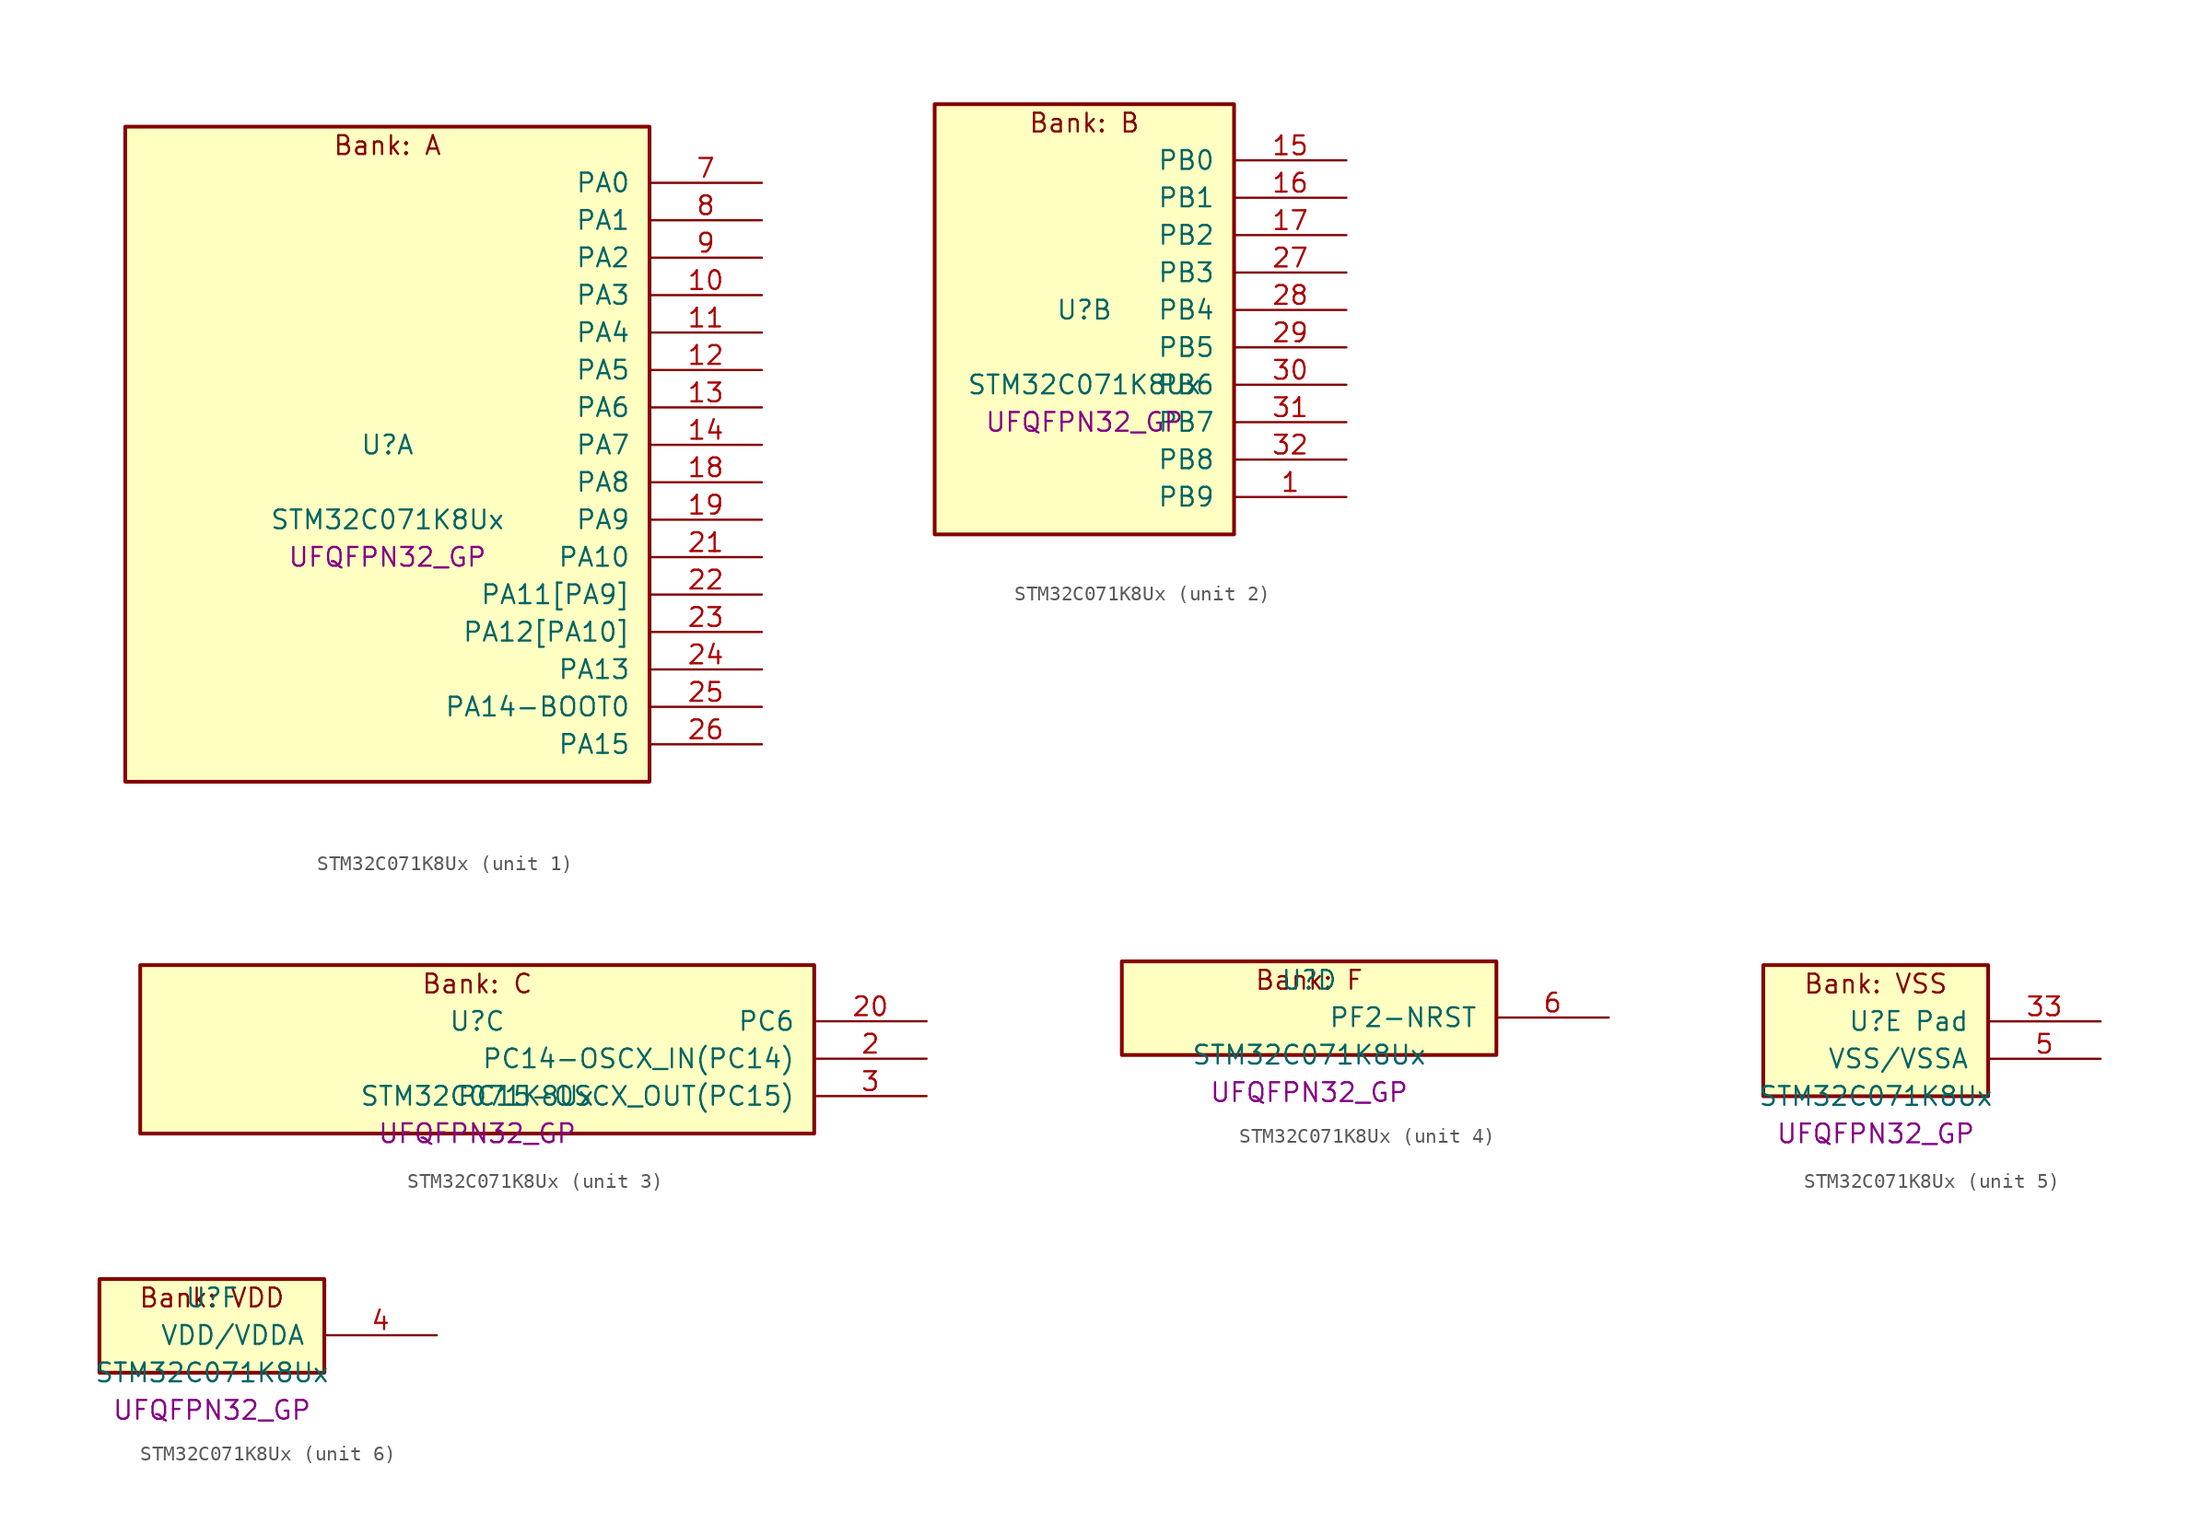
<source format=kicad_sym>
(kicad_symbol_lib
  (version 20241209)
  (generator "stm32_pkl_generator")
  (generator_version "1.0")
  (symbol "STM32C071K8Ux"
    (pin_names
      (offset 1.27))
    (property "Reference" "U"
      (at 0 2.54 0))
    (property "Value" "STM32C071K8Ux"
      (at 0 -2.54 0))
    (property "Footprint" "UFQFPN32_GP"
      (at 0 -5.08 0))
    (symbol "STM32C071K8Ux_1_1"
      (rectangle (start -17.78 24.13) (end 17.78 -20.32) (stroke (width 0.254) (type solid)) (fill (type background)))
      (text "Bank: A" (at 0 22.86 0))
      (pin bidirectional line (at 25.4 20.32 180) (length 7.62) (name "PA0") (number "7") (alternate "PA0/ADC1_IN0" bidirectional line) (alternate "PA0/PWR_WKUP1" bidirectional line) (alternate "PA0/SPI2_SCK" bidirectional line) (alternate "PA0/TIM16_CH1" bidirectional line) (alternate "PA0/TIM1_CH1" bidirectional line) (alternate "PA0/TIM2_CH1" bidirectional line) (alternate "PA0/TIM2_ETR" bidirectional line) (alternate "PA0/USART1_TX" bidirectional line) (alternate "PA0/USART2_CTS" bidirectional line) (alternate "PA0/USART2_NSS" bidirectional line))
      (pin bidirectional line (at 25.4 17.78 180) (length 7.62) (name "PA1") (number "8") (alternate "PA1/ADC1_IN1" bidirectional line) (alternate "PA1/I2C1_SMBA" bidirectional line) (alternate "PA1/I2S1_CK" bidirectional line) (alternate "PA1/SPI1_SCK" bidirectional line) (alternate "PA1/TIM17_CH1" bidirectional line) (alternate "PA1/TIM1_CH2" bidirectional line) (alternate "PA1/TIM2_CH2" bidirectional line) (alternate "PA1/USART1_RX" bidirectional line) (alternate "PA1/USART2_CK" bidirectional line) (alternate "PA1/USART2_DE" bidirectional line) (alternate "PA1/USART2_RTS" bidirectional line))
      (pin bidirectional line (at 25.4 15.24 180) (length 7.62) (name "PA2") (number "9") (alternate "PA2/ADC1_IN2" bidirectional line) (alternate "PA2/I2S1_SD" bidirectional line) (alternate "PA2/PWR_WKUP4" bidirectional line) (alternate "PA2/RCC_LSCO" bidirectional line) (alternate "PA2/SPI1_MOSI" bidirectional line) (alternate "PA2/TIM16_CH1N" bidirectional line) (alternate "PA2/TIM1_CH3" bidirectional line) (alternate "PA2/TIM2_CH3" bidirectional line) (alternate "PA2/TIM3_ETR" bidirectional line) (alternate "PA2/USART2_TX" bidirectional line))
      (pin bidirectional line (at 25.4 12.7 180) (length 7.62) (name "PA3") (number "10") (alternate "PA3/ADC1_IN3" bidirectional line) (alternate "PA3/SPI2_MISO" bidirectional line) (alternate "PA3/TIM1_CH1N" bidirectional line) (alternate "PA3/TIM1_CH4" bidirectional line) (alternate "PA3/TIM2_CH4" bidirectional line) (alternate "PA3/USART2_RX" bidirectional line))
      (pin bidirectional line (at 25.4 10.16 180) (length 7.62) (name "PA4") (number "11") (alternate "PA4/ADC1_IN4" bidirectional line) (alternate "PA4/I2S1_WS" bidirectional line) (alternate "PA4/PWR_WKUP2" bidirectional line) (alternate "PA4/RTC_OUT1" bidirectional line) (alternate "PA4/RTC_TS" bidirectional line) (alternate "PA4/SPI1_NSS" bidirectional line) (alternate "PA4/SPI2_MOSI" bidirectional line) (alternate "PA4/TIM14_CH1" bidirectional line) (alternate "PA4/TIM17_CH1N" bidirectional line) (alternate "PA4/TIM1_CH2N" bidirectional line) (alternate "PA4/USART2_TX" bidirectional line) (alternate "PA4/USB_NOE" bidirectional line))
      (pin bidirectional line (at 25.4 7.62 180) (length 7.62) (name "PA5") (number "12") (alternate "PA5/ADC1_IN5" bidirectional line) (alternate "PA5/I2S1_CK" bidirectional line) (alternate "PA5/SPI1_SCK" bidirectional line) (alternate "PA5/TIM1_CH1" bidirectional line) (alternate "PA5/TIM1_CH3N" bidirectional line) (alternate "PA5/TIM2_CH1" bidirectional line) (alternate "PA5/TIM2_ETR" bidirectional line) (alternate "PA5/USART2_RX" bidirectional line))
      (pin bidirectional line (at 25.4 5.08 180) (length 7.62) (name "PA6") (number "13") (alternate "PA6/ADC1_IN6" bidirectional line) (alternate "PA6/I2C2_SDA" bidirectional line) (alternate "PA6/I2S1_MCK" bidirectional line) (alternate "PA6/SPI1_MISO" bidirectional line) (alternate "PA6/TIM16_CH1" bidirectional line) (alternate "PA6/TIM1_BKIN" bidirectional line) (alternate "PA6/TIM3_CH1" bidirectional line))
      (pin bidirectional line (at 25.4 2.54 180) (length 7.62) (name "PA7") (number "14") (alternate "PA7/ADC1_IN7" bidirectional line) (alternate "PA7/I2C2_SCL" bidirectional line) (alternate "PA7/I2S1_SD" bidirectional line) (alternate "PA7/SPI1_MOSI" bidirectional line) (alternate "PA7/TIM14_CH1" bidirectional line) (alternate "PA7/TIM17_CH1" bidirectional line) (alternate "PA7/TIM1_CH1N" bidirectional line) (alternate "PA7/TIM3_CH2" bidirectional line))
      (pin bidirectional line (at 25.4 0 180) (length 7.62) (name "PA8") (number "18") (alternate "PA8/ADC1_IN8" bidirectional line) (alternate "PA8/CRS_SYNC" bidirectional line) (alternate "PA8/I2S1_WS" bidirectional line) (alternate "PA8/RCC_MCO" bidirectional line) (alternate "PA8/RCC_MCO_2" bidirectional line) (alternate "PA8/SPI1_NSS" bidirectional line) (alternate "PA8/SPI2_MISO" bidirectional line) (alternate "PA8/SPI2_NSS" bidirectional line) (alternate "PA8/TIM14_CH1" bidirectional line) (alternate "PA8/TIM1_CH1" bidirectional line) (alternate "PA8/TIM1_CH2N" bidirectional line) (alternate "PA8/TIM1_CH3N" bidirectional line) (alternate "PA8/TIM3_CH3" bidirectional line) (alternate "PA8/TIM3_CH4" bidirectional line) (alternate "PA8/USART1_RX" bidirectional line) (alternate "PA8/USART2_TX" bidirectional line))
      (pin bidirectional line (at 25.4 -2.54 180) (length 7.62) (name "PA9") (number "19") (alternate "PA9/I2C1_SCL" bidirectional line) (alternate "PA9/I2C2_SCL" bidirectional line) (alternate "PA9/RCC_MCO" bidirectional line) (alternate "PA9/SPI2_MISO" bidirectional line) (alternate "PA9/TIM1_CH2" bidirectional line) (alternate "PA9/TIM3_ETR" bidirectional line) (alternate "PA9/USART1_TX" bidirectional line) (alternate "PA9/NC" bidirectional line))
      (pin bidirectional line (at 25.4 -5.08 180) (length 7.62) (name "PA10") (number "21") (alternate "PA10/I2C1_SDA" bidirectional line) (alternate "PA10/I2C2_SDA" bidirectional line) (alternate "PA10/RCC_MCO_2" bidirectional line) (alternate "PA10/SPI2_MOSI" bidirectional line) (alternate "PA10/TIM17_BKIN" bidirectional line) (alternate "PA10/TIM1_CH3" bidirectional line) (alternate "PA10/USART1_RX" bidirectional line) (alternate "PA10/NC" bidirectional line))
      (pin bidirectional line (at 25.4 -7.62 180) (length 7.62) (name "PA11[PA9]") (number "22") (alternate "PA11[PA9]/ADC1_EXTI11" bidirectional line) (alternate "PA11[PA9]/I2C2_SCL" bidirectional line) (alternate "PA11[PA9]/I2S1_MCK" bidirectional line) (alternate "PA11[PA9]/SPI1_MISO" bidirectional line) (alternate "PA11[PA9]/TIM1_BKIN2" bidirectional line) (alternate "PA11[PA9]/TIM1_CH4" bidirectional line) (alternate "PA11[PA9]/USART1_CTS" bidirectional line) (alternate "PA11[PA9]/USART1_NSS" bidirectional line) (alternate "PA11[PA9]/USB_DM" bidirectional line) (alternate "PA11[PA9]/PA9[PA11]" bidirectional line) (alternate "PA11[PA9]/I2C1_SCL" bidirectional line) (alternate "PA11[PA9]/RCC_MCO" bidirectional line) (alternate "PA11[PA9]/SPI2_MISO" bidirectional line) (alternate "PA11[PA9]/TIM1_CH2" bidirectional line) (alternate "PA11[PA9]/TIM3_ETR" bidirectional line) (alternate "PA11[PA9]/USART1_TX" bidirectional line))
      (pin bidirectional line (at 25.4 -10.16 180) (length 7.62) (name "PA12[PA10]") (number "23") (alternate "PA12[PA10]/I2C2_SDA" bidirectional line) (alternate "PA12[PA10]/I2S1_SD" bidirectional line) (alternate "PA12[PA10]/I2S_CKIN" bidirectional line) (alternate "PA12[PA10]/SPI1_MOSI" bidirectional line) (alternate "PA12[PA10]/TIM1_ETR" bidirectional line) (alternate "PA12[PA10]/USART1_CK" bidirectional line) (alternate "PA12[PA10]/USART1_DE" bidirectional line) (alternate "PA12[PA10]/USART1_RTS" bidirectional line) (alternate "PA12[PA10]/USB_DP" bidirectional line) (alternate "PA12[PA10]/PA10[PA12]" bidirectional line) (alternate "PA12[PA10]/I2C1_SDA" bidirectional line) (alternate "PA12[PA10]/RCC_MCO_2" bidirectional line) (alternate "PA12[PA10]/SPI2_MOSI" bidirectional line) (alternate "PA12[PA10]/TIM17_BKIN" bidirectional line) (alternate "PA12[PA10]/TIM1_CH3" bidirectional line) (alternate "PA12[PA10]/USART1_RX" bidirectional line))
      (pin bidirectional line (at 25.4 -12.7 180) (length 7.62) (name "PA13") (number "24") (alternate "PA13/ADC1_IN13" bidirectional line) (alternate "PA13/DEBUG_SWDIO" bidirectional line) (alternate "PA13/IR_OUT" bidirectional line) (alternate "PA13/TIM3_ETR" bidirectional line) (alternate "PA13/USART2_RX" bidirectional line) (alternate "PA13/USB_NOE" bidirectional line))
      (pin bidirectional line (at 25.4 -15.24 180) (length 7.62) (name "PA14-BOOT0") (number "25") (alternate "PA14-BOOT0/ADC1_IN14" bidirectional line) (alternate "PA14-BOOT0/DEBUG_SWCLK" bidirectional line) (alternate "PA14-BOOT0/I2S1_WS" bidirectional line) (alternate "PA14-BOOT0/RCC_MCO_2" bidirectional line) (alternate "PA14-BOOT0/SPI1_NSS" bidirectional line) (alternate "PA14-BOOT0/TIM1_CH1" bidirectional line) (alternate "PA14-BOOT0/USART1_CK" bidirectional line) (alternate "PA14-BOOT0/USART1_DE" bidirectional line) (alternate "PA14-BOOT0/USART1_RTS" bidirectional line) (alternate "PA14-BOOT0/USART2_RX" bidirectional line) (alternate "PA14-BOOT0/USART2_TX" bidirectional line))
      (pin bidirectional line (at 25.4 -17.78 180) (length 7.62) (name "PA15") (number "26") (alternate "PA15/I2S1_WS" bidirectional line) (alternate "PA15/RCC_MCO_2" bidirectional line) (alternate "PA15/SPI1_NSS" bidirectional line) (alternate "PA15/TIM1_CH1" bidirectional line) (alternate "PA15/TIM2_CH1" bidirectional line) (alternate "PA15/TIM2_ETR" bidirectional line) (alternate "PA15/USART1_CK" bidirectional line) (alternate "PA15/USART1_DE" bidirectional line) (alternate "PA15/USART1_RTS" bidirectional line) (alternate "PA15/USART2_RX" bidirectional line) (alternate "PA15/USB_NOE" bidirectional line)))
    (symbol "STM32C071K8Ux_2_1"
      (rectangle (start -10.16 16.51) (end 10.16 -12.7) (stroke (width 0.254) (type solid)) (fill (type background)))
      (text "Bank: B" (at 0 15.24 0))
      (pin bidirectional line (at 17.78 12.7 180) (length 7.62) (name "PB0") (number "15") (alternate "PB0/ADC1_IN17" bidirectional line) (alternate "PB0/I2S1_WS" bidirectional line) (alternate "PB0/SPI1_NSS" bidirectional line) (alternate "PB0/TIM1_CH2N" bidirectional line) (alternate "PB0/TIM3_CH3" bidirectional line))
      (pin bidirectional line (at 17.78 10.16 180) (length 7.62) (name "PB1") (number "16") (alternate "PB1/ADC1_IN18" bidirectional line) (alternate "PB1/TIM14_CH1" bidirectional line) (alternate "PB1/TIM1_CH2N" bidirectional line) (alternate "PB1/TIM1_CH3N" bidirectional line) (alternate "PB1/TIM3_CH4" bidirectional line))
      (pin bidirectional line (at 17.78 7.62 180) (length 7.62) (name "PB2") (number "17") (alternate "PB2/ADC1_IN19" bidirectional line) (alternate "PB2/RCC_MCO_2" bidirectional line) (alternate "PB2/SPI2_MISO" bidirectional line) (alternate "PB2/USART1_RX" bidirectional line))
      (pin bidirectional line (at 17.78 5.08 180) (length 7.62) (name "PB3") (number "27") (alternate "PB3/I2C2_SCL" bidirectional line) (alternate "PB3/I2S1_CK" bidirectional line) (alternate "PB3/SPI1_SCK" bidirectional line) (alternate "PB3/TIM1_CH2" bidirectional line) (alternate "PB3/TIM2_CH2" bidirectional line) (alternate "PB3/TIM3_CH2" bidirectional line) (alternate "PB3/USART1_CK" bidirectional line) (alternate "PB3/USART1_DE" bidirectional line) (alternate "PB3/USART1_RTS" bidirectional line))
      (pin bidirectional line (at 17.78 2.54 180) (length 7.62) (name "PB4") (number "28") (alternate "PB4/I2C2_SDA" bidirectional line) (alternate "PB4/I2S1_MCK" bidirectional line) (alternate "PB4/SPI1_MISO" bidirectional line) (alternate "PB4/TIM17_BKIN" bidirectional line) (alternate "PB4/TIM3_CH1" bidirectional line) (alternate "PB4/USART1_CTS" bidirectional line) (alternate "PB4/USART1_NSS" bidirectional line))
      (pin bidirectional line (at 17.78 0 180) (length 7.62) (name "PB5") (number "29") (alternate "PB5/I2C1_SMBA" bidirectional line) (alternate "PB5/I2S1_SD" bidirectional line) (alternate "PB5/PWR_WKUP6" bidirectional line) (alternate "PB5/SPI1_MOSI" bidirectional line) (alternate "PB5/TIM16_BKIN" bidirectional line) (alternate "PB5/TIM3_CH2" bidirectional line) (alternate "PB5/TIM3_CH3" bidirectional line))
      (pin bidirectional line (at 17.78 -2.54 180) (length 7.62) (name "PB6") (number "30") (alternate "PB6/I2C1_SCL" bidirectional line) (alternate "PB6/I2C1_SMBA" bidirectional line) (alternate "PB6/I2S1_CK" bidirectional line) (alternate "PB6/I2S1_MCK" bidirectional line) (alternate "PB6/I2S1_SD" bidirectional line) (alternate "PB6/PWR_WKUP3" bidirectional line) (alternate "PB6/SPI1_MISO" bidirectional line) (alternate "PB6/SPI1_MOSI" bidirectional line) (alternate "PB6/SPI1_SCK" bidirectional line) (alternate "PB6/SPI2_MISO" bidirectional line) (alternate "PB6/TIM16_BKIN" bidirectional line) (alternate "PB6/TIM16_CH1N" bidirectional line) (alternate "PB6/TIM17_BKIN" bidirectional line) (alternate "PB6/TIM1_CH2" bidirectional line) (alternate "PB6/TIM1_CH3" bidirectional line) (alternate "PB6/TIM3_CH1" bidirectional line) (alternate "PB6/TIM3_CH2" bidirectional line) (alternate "PB6/TIM3_CH3" bidirectional line) (alternate "PB6/USART1_CTS" bidirectional line) (alternate "PB6/USART1_NSS" bidirectional line) (alternate "PB6/USART1_TX" bidirectional line))
      (pin bidirectional line (at 17.78 -5.08 180) (length 7.62) (name "PB7") (number "31") (alternate "PB7/I2C1_SCL" bidirectional line) (alternate "PB7/I2C1_SDA" bidirectional line) (alternate "PB7/RTC_REFIN" bidirectional line) (alternate "PB7/SPI2_MOSI" bidirectional line) (alternate "PB7/TIM16_CH1" bidirectional line) (alternate "PB7/TIM17_CH1N" bidirectional line) (alternate "PB7/TIM1_CH4" bidirectional line) (alternate "PB7/TIM3_CH1" bidirectional line) (alternate "PB7/TIM3_CH4" bidirectional line) (alternate "PB7/USART1_RX" bidirectional line) (alternate "PB7/USART2_CTS" bidirectional line) (alternate "PB7/USART2_NSS" bidirectional line))
      (pin bidirectional line (at 17.78 -7.62 180) (length 7.62) (name "PB8") (number "32") (alternate "PB8/I2C1_SCL" bidirectional line) (alternate "PB8/SPI2_SCK" bidirectional line) (alternate "PB8/TIM16_CH1" bidirectional line) (alternate "PB8/TIM3_CH1" bidirectional line) (alternate "PB8/USART2_CTS" bidirectional line) (alternate "PB8/USART2_NSS" bidirectional line))
      (pin bidirectional line (at 17.78 -10.16 180) (length 7.62) (name "PB9") (number "1") (alternate "PB9/I2C1_SDA" bidirectional line) (alternate "PB9/IR_OUT" bidirectional line) (alternate "PB9/SPI2_NSS" bidirectional line) (alternate "PB9/TIM17_CH1" bidirectional line) (alternate "PB9/TIM3_CH2" bidirectional line) (alternate "PB9/USART2_CK" bidirectional line) (alternate "PB9/USART2_DE" bidirectional line) (alternate "PB9/USART2_RTS" bidirectional line)))
    (symbol "STM32C071K8Ux_3_1"
      (rectangle (start -22.86 6.35) (end 22.86 -5.08) (stroke (width 0.254) (type solid)) (fill (type background)))
      (text "Bank: C" (at 0 5.08 0))
      (pin bidirectional line (at 30.48 2.54 180) (length 7.62) (name "PC6") (number "20") (alternate "PC6/TIM2_CH3" bidirectional line) (alternate "PC6/TIM3_CH1" bidirectional line))
      (pin bidirectional line (at 30.48 0 180) (length 7.62) (name "PC14-OSCX_IN(PC14)") (number "2") (alternate "PC14-OSCX_IN(PC14)/I2C1_SDA" bidirectional line) (alternate "PC14-OSCX_IN(PC14)/IR_OUT" bidirectional line) (alternate "PC14-OSCX_IN(PC14)/RCC_OSCX_IN" bidirectional line) (alternate "PC14-OSCX_IN(PC14)/SPI2_NSS" bidirectional line) (alternate "PC14-OSCX_IN(PC14)/TIM17_CH1" bidirectional line) (alternate "PC14-OSCX_IN(PC14)/TIM1_BKIN2" bidirectional line) (alternate "PC14-OSCX_IN(PC14)/TIM1_ETR" bidirectional line) (alternate "PC14-OSCX_IN(PC14)/TIM3_CH2" bidirectional line) (alternate "PC14-OSCX_IN(PC14)/USART1_TX" bidirectional line) (alternate "PC14-OSCX_IN(PC14)/USART2_CK" bidirectional line) (alternate "PC14-OSCX_IN(PC14)/USART2_DE" bidirectional line) (alternate "PC14-OSCX_IN(PC14)/USART2_RTS" bidirectional line))
      (pin bidirectional line (at 30.48 -2.54 180) (length 7.62) (name "PC15-OSCX_OUT(PC15)") (number "3") (alternate "PC15-OSCX_OUT(PC15)/RCC_OSC32_EN" bidirectional line) (alternate "PC15-OSCX_OUT(PC15)/RCC_OSCX_OUT" bidirectional line) (alternate "PC15-OSCX_OUT(PC15)/RCC_OSC_EN" bidirectional line) (alternate "PC15-OSCX_OUT(PC15)/TIM1_ETR" bidirectional line) (alternate "PC15-OSCX_OUT(PC15)/TIM3_CH3" bidirectional line)))
    (symbol "STM32C071K8Ux_4_1"
      (rectangle (start -12.7 3.81) (end 12.7 -2.54) (stroke (width 0.254) (type solid)) (fill (type background)))
      (text "Bank: F" (at 0 2.54 0))
      (pin bidirectional line (at 20.32 0 180) (length 7.62) (name "PF2-NRST") (number "6") (alternate "PF2-NRST/RCC_MCO" bidirectional line) (alternate "PF2-NRST/TIM1_CH4" bidirectional line)))
    (symbol "STM32C071K8Ux_5_1"
      (rectangle (start -7.62 6.35) (end 7.62 -2.54) (stroke (width 0.254) (type solid)) (fill (type background)))
      (text "Bank: VSS" (at 0 5.08 0))
      (pin passive line (at 15.24 2.54 180) (length 7.62) (name "Pad") (number "33"))
      (pin power_in line (at 15.24 0 180) (length 7.62) (name "VSS/VSSA") (number "5")))
    (symbol "STM32C071K8Ux_6_1"
      (rectangle (start -7.62 3.81) (end 7.62 -2.54) (stroke (width 0.254) (type solid)) (fill (type background)))
      (text "Bank: VDD" (at 0 2.54 0))
      (pin power_in line (at 15.24 0 180) (length 7.62) (name "VDD/VDDA") (number "4")))))
</source>
